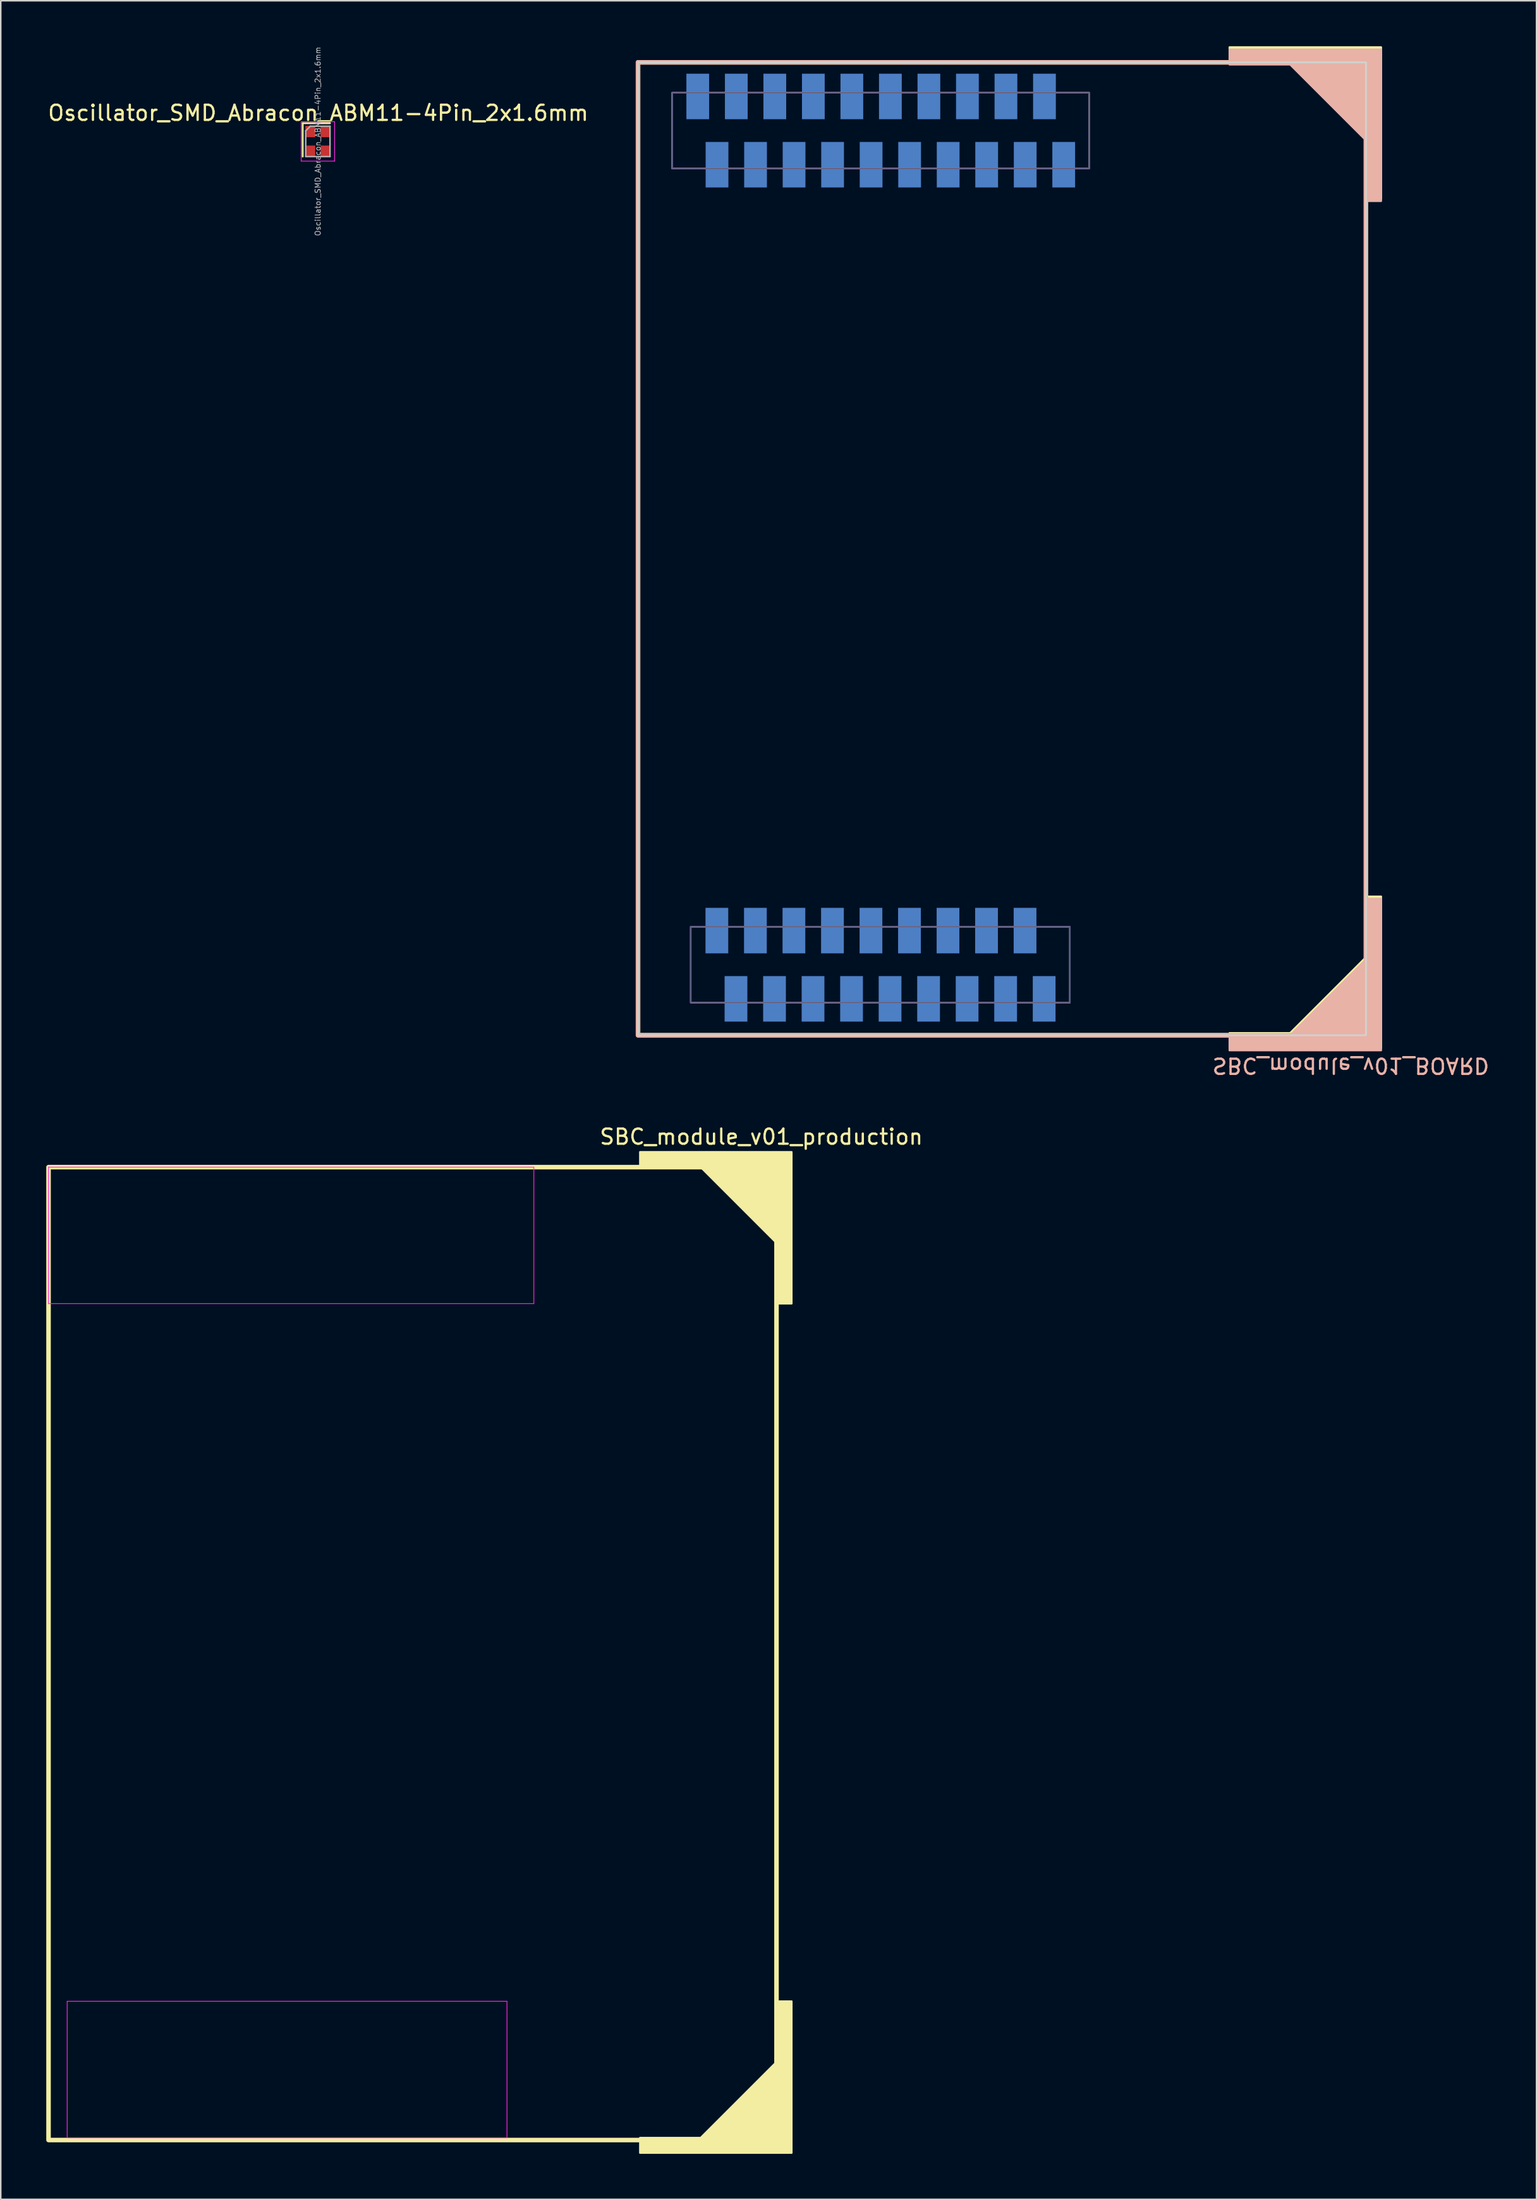
<source format=kicad_pcb>
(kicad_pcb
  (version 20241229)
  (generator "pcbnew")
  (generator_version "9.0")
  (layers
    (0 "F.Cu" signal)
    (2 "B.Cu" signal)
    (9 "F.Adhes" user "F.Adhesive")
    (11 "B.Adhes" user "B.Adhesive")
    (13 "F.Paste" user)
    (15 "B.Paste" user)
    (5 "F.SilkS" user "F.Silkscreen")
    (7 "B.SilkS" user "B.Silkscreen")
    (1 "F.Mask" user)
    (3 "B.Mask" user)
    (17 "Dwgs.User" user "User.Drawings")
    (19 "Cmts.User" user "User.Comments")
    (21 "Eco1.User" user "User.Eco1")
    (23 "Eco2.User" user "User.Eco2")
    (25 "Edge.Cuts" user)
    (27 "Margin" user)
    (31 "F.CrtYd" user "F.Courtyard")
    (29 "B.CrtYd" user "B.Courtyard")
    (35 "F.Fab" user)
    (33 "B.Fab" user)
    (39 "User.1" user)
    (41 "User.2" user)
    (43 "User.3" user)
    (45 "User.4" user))
  (footprint "SBC_module_v01_BOARD"
    (layer "F.Cu")
    (at 63.019 33.06)
    (property "Reference" "SBC_module_v01_BOARD" (at 23 34.15 180) (unlocked yes) (layer "B.SilkS") (effects (font (size 1 1) (thickness 0.15)) (justify mirror)))
    (attr smd)
    (fp_rect (start -24 -18.15) (end -24 -18.15) (stroke (width 0.12) (type solid)) (fill no) (layer "F.SilkS"))
    (fp_rect (start 24 32.15) (end -24 -32) (stroke (width 0.3) (type solid)) (fill no) (layer "F.SilkS"))
    (fp_poly (pts (xy 15 33) (xy 15 32) (xy 19 32) (xy 24 27) (xy 24 23) (xy 25 23) (xy 25 33)) (stroke (width 0.12) (type solid)) (fill yes) (layer "F.SilkS"))
    (fp_poly (pts (xy 25 -23) (xy 24 -23) (xy 24 -27) (xy 19 -32) (xy 15 -32) (xy 15 -33) (xy 25 -33)) (stroke (width 0.12) (type solid)) (fill yes) (layer "F.SilkS"))
    (fp_rect (start -24 18.3) (end -24 18.3) (stroke (width 0.12) (type solid)) (fill no) (layer "B.SilkS"))
    (fp_rect (start -21.75 -25) (end 5.75 -30) (stroke (width 0.1) (type solid)) (fill no) (layer "B.SilkS"))
    (fp_rect (start -20.525 30) (end 4.475 25) (stroke (width 0.1) (type solid)) (fill no) (layer "B.SilkS"))
    (fp_rect (start 24 -32) (end -24 32.15) (stroke (width 0.3) (type solid)) (fill no) (layer "B.SilkS"))
    (fp_poly (pts (xy 15 -32.85) (xy 15 -31.85) (xy 19 -31.85) (xy 24 -26.85) (xy 24 -22.85) (xy 25 -22.85) (xy 25 -32.85)) (stroke (width 0.12) (type solid)) (fill yes) (layer "B.SilkS"))
    (fp_poly (pts (xy 25 23.15) (xy 24 23.15) (xy 24 27.15) (xy 19 32.15) (xy 15 32.15) (xy 15 33.15) (xy 25 33.15)) (stroke (width 0.12) (type solid)) (fill yes) (layer "B.SilkS"))
    (fp_rect (start -24 -32) (end 24 32) (stroke (width 0.12) (type solid)) (fill no) (layer "Eco1.User"))
    (fp_rect (start -24 -32) (end 24 32.15) (stroke (width 0.12) (type solid)) (fill no) (layer "Edge.Cuts"))
    (fp_rect (start -21.745 -25) (end 5.755 -30) (stroke (width 0.1) (type solid)) (fill no) (layer "B.Fab"))
    (fp_rect (start -20.525 30) (end 4.475 25) (stroke (width 0.1) (type solid)) (fill no) (layer "B.Fab"))
    (pad "A1" smd rect (at 2.78 29.75 180) (size 1.5 3) (layers "B.Cu" "B.Mask" "B.Paste"))
    (pad "A2" smd rect (at 1.52 25.25 180) (size 1.5 3) (layers "B.Cu" "B.Mask" "B.Paste"))
    (pad "A3" smd rect (at 0.24 29.75 180) (size 1.5 3) (layers "B.Cu" "B.Mask" "B.Paste"))
    (pad "A4" smd rect (at -1.02 25.25 180) (size 1.5 3) (layers "B.Cu" "B.Mask" "B.Paste"))
    (pad "A5" smd rect (at -2.3 29.75 180) (size 1.5 3) (layers "B.Cu" "B.Mask" "B.Paste"))
    (pad "A6" smd rect (at -3.56 25.25 180) (size 1.5 3) (layers "B.Cu" "B.Mask" "B.Paste"))
    (pad "A7" smd rect (at -4.84 29.75 180) (size 1.5 3) (layers "B.Cu" "B.Mask" "B.Paste"))
    (pad "A8" smd rect (at -6.1 25.25 180) (size 1.5 3) (layers "B.Cu" "B.Mask" "B.Paste"))
    (pad "A9" smd rect (at -7.38 29.75 180) (size 1.5 3) (layers "B.Cu" "B.Mask" "B.Paste"))
    (pad "A10" smd rect (at -8.64 25.25 180) (size 1.5 3) (layers "B.Cu" "B.Mask" "B.Paste"))
    (pad "A11" smd rect (at -9.92 29.75 180) (size 1.5 3) (layers "B.Cu" "B.Mask" "B.Paste"))
    (pad "A12" smd rect (at -11.18 25.25 180) (size 1.5 3) (layers "B.Cu" "B.Mask" "B.Paste"))
    (pad "A13" smd rect (at -12.46 29.75 180) (size 1.5 3) (layers "B.Cu" "B.Mask" "B.Paste"))
    (pad "A14" smd rect (at -13.72 25.25 180) (size 1.5 3) (layers "B.Cu" "B.Mask" "B.Paste"))
    (pad "A15" smd rect (at -15 29.75 180) (size 1.5 3) (layers "B.Cu" "B.Mask" "B.Paste"))
    (pad "A16" smd rect (at -16.26 25.25 180) (size 1.5 3) (layers "B.Cu" "B.Mask" "B.Paste"))
    (pad "A17" smd rect (at -17.54 29.75 180) (size 1.5 3) (layers "B.Cu" "B.Mask" "B.Paste"))
    (pad "A18" smd rect (at -18.8 25.25 180) (size 1.5 3) (layers "B.Cu" "B.Mask" "B.Paste"))
    (pad "B1" smd rect (at 4.07 -25.25 180) (size 1.5 3) (layers "B.Cu" "B.Mask" "B.Paste"))
    (pad "B2" smd rect (at 2.8 -29.75 180) (size 1.5 3) (layers "B.Cu" "B.Mask" "B.Paste"))
    (pad "B3" smd rect (at 1.53 -25.25 180) (size 1.5 3) (layers "B.Cu" "B.Mask" "B.Paste"))
    (pad "B4" smd rect (at 0.26 -29.75 180) (size 1.5 3) (layers "B.Cu" "B.Mask" "B.Paste"))
    (pad "B5" smd rect (at -1.01 -25.25 180) (size 1.5 3) (layers "B.Cu" "B.Mask" "B.Paste"))
    (pad "B6" smd rect (at -2.28 -29.75 180) (size 1.5 3) (layers "B.Cu" "B.Mask" "B.Paste"))
    (pad "B7" smd rect (at -3.55 -25.25 180) (size 1.5 3) (layers "B.Cu" "B.Mask" "B.Paste"))
    (pad "B8" smd rect (at -4.82 -29.75 180) (size 1.5 3) (layers "B.Cu" "B.Mask" "B.Paste"))
    (pad "B9" smd rect (at -6.09 -25.25 180) (size 1.5 3) (layers "B.Cu" "B.Mask" "B.Paste"))
    (pad "B10" smd rect (at -7.36 -29.75 180) (size 1.5 3) (layers "B.Cu" "B.Mask" "B.Paste"))
    (pad "B11" smd rect (at -8.63 -25.25 180) (size 1.5 3) (layers "B.Cu" "B.Mask" "B.Paste"))
    (pad "B12" smd rect (at -9.9 -29.75 180) (size 1.5 3) (layers "B.Cu" "B.Mask" "B.Paste"))
    (pad "B13" smd rect (at -11.17 -25.25 180) (size 1.5 3) (layers "B.Cu" "B.Mask" "B.Paste"))
    (pad "B14" smd rect (at -12.44 -29.75 180) (size 1.5 3) (layers "B.Cu" "B.Mask" "B.Paste"))
    (pad "B15" smd rect (at -13.71 -25.25 180) (size 1.5 3) (layers "B.Cu" "B.Mask" "B.Paste"))
    (pad "B16" smd rect (at -14.98 -29.75 180) (size 1.5 3) (layers "B.Cu" "B.Mask" "B.Paste"))
    (pad "B17" smd rect (at -16.25 -25.25 180) (size 1.5 3) (layers "B.Cu" "B.Mask" "B.Paste"))
    (pad "B18" smd rect (at -17.52 -29.75 180) (size 1.5 3) (layers "B.Cu" "B.Mask" "B.Paste"))
    (pad "B19" smd rect (at -18.79 -25.25 180) (size 1.5 3) (layers "B.Cu" "B.Mask" "B.Paste"))
    (pad "B20" smd rect (at -20.06 -29.75 180) (size 1.5 3) (layers "B.Cu" "B.Mask" "B.Paste")))
  (footprint "SBC_module_v01_production"
    (layer "F.Cu")
    (at 24.15 105.906)
    (property "Reference" "SBC_module_v01_production" (at 23 -34 0) (unlocked yes) (layer "F.SilkS") (effects (font (size 1 1) (thickness 0.15))))
    (attr smd)
    (fp_rect (start -24 -18.15) (end -24 -18.15) (stroke (width 0.12) (type solid)) (fill no) (layer "F.SilkS"))
    (fp_rect (start 24 32.15) (end -24 -32) (stroke (width 0.3) (type solid)) (fill no) (layer "F.SilkS"))
    (fp_poly (pts (xy 15 33) (xy 15 32) (xy 19 32) (xy 24 27) (xy 24 23) (xy 25 23) (xy 25 33)) (stroke (width 0.12) (type solid)) (fill yes) (layer "F.SilkS"))
    (fp_poly (pts (xy 25 -23) (xy 24 -23) (xy 24 -27) (xy 19 -32) (xy 15 -32) (xy 15 -33) (xy 25 -33)) (stroke (width 0.12) (type solid)) (fill yes) (layer "F.SilkS"))
    (fp_rect (start -24 -32) (end 24 32) (stroke (width 0.12) (type solid)) (fill no) (layer "Eco1.User"))
    (fp_line (start -24 -32) (end -24 -23) (stroke (width 0.05) (type solid)) (layer "F.CrtYd"))
    (fp_line (start -24 -23) (end 8 -23) (stroke (width 0.05) (type solid)) (layer "F.CrtYd"))
    (fp_line (start -22.77 23) (end -22.77 32) (stroke (width 0.05) (type solid)) (layer "F.CrtYd"))
    (fp_line (start -22.77 32) (end 6.23 32) (stroke (width 0.05) (type solid)) (layer "F.CrtYd"))
    (fp_line (start 6.23 23) (end -22.77 23) (stroke (width 0.05) (type solid)) (layer "F.CrtYd"))
    (fp_line (start 6.23 32) (end 6.23 23) (stroke (width 0.05) (type solid)) (layer "F.CrtYd"))
    (fp_line (start 8 -32) (end -24 -32) (stroke (width 0.05) (type solid)) (layer "F.CrtYd"))
    (fp_line (start 8 -23) (end 8 -32) (stroke (width 0.05) (type solid)) (layer "F.CrtYd")))
  (footprint "Oscillator_SMD_Abracon_ABM11-4Pin_2x1.6mm"
    (layer "F.Cu")
    (at 17.91 6.273)
    (property "Reference" "Oscillator_SMD_Abracon_ABM11-4Pin_2x1.6mm" (at 0.025 -1.875 0) (layer "F.SilkS") (effects (font (size 1 1) (thickness 0.15))))
    (attr smd)
    (fp_line (start -1 -1.2) (end -1 1) (stroke (width 0.12) (type solid)) (layer "F.SilkS"))
    (fp_line (start 0.8 -1.2) (end -1 -1.2) (stroke (width 0.12) (type solid)) (layer "F.SilkS"))
    (fp_line (start -1.1 -1.3) (end -1.1 1.3) (stroke (width 0.05) (type solid)) (layer "F.CrtYd"))
    (fp_line (start -1.1 1.3) (end 1.1 1.3) (stroke (width 0.05) (type solid)) (layer "F.CrtYd"))
    (fp_line (start 1.1 -1.3) (end -1.1 -1.3) (stroke (width 0.05) (type solid)) (layer "F.CrtYd"))
    (fp_line (start 1.1 1.3) (end 1.1 -1.3) (stroke (width 0.05) (type solid)) (layer "F.CrtYd"))
    (fp_line (start -0.8 -0.7) (end -0.5 -1) (stroke (width 0.1) (type solid)) (layer "F.Fab"))
    (fp_line (start -0.8 1) (end -0.8 -0.7) (stroke (width 0.1) (type solid)) (layer "F.Fab"))
    (fp_line (start -0.5 -1) (end 0.8 -1) (stroke (width 0.1) (type solid)) (layer "F.Fab"))
    (fp_line (start 0.8 -1) (end 0.8 1) (stroke (width 0.1) (type solid)) (layer "F.Fab"))
    (fp_line (start 0.8 1) (end -0.8 1) (stroke (width 0.1) (type solid)) (layer "F.Fab"))
    (fp_text user "GND" (at 0.43 -0.55 90) (layer "Eco2.User") (effects (font (size 0.5 0.2) (thickness 0.025))))
    (fp_text user "OSC2" (at 0.41 0.51 90) (layer "Eco2.User") (effects (font (size 0.5 0.2) (thickness 0.025))))
    (fp_text user "OSC1" (at -0.38 -0.58 90) (layer "Eco2.User") (effects (font (size 0.5 0.2) (thickness 0.025))))
    (fp_text user "GND" (at -0.38 0.54 90) (layer "Eco2.User") (effects (font (size 0.5 0.2) (thickness 0.025))))
    (fp_text user "${REFERENCE}" (at 0 0 270) (layer "F.Fab") (effects (font (size 0.35 0.35) (thickness 0.05))))
    (pad "1" smd rect (at -0.5 -0.65) (size 0.65 0.75) (layers "F.Cu" "F.Mask" "F.Paste"))
    (pad "2" smd rect (at -0.5 0.65) (size 0.65 0.75) (layers "F.Cu" "F.Mask" "F.Paste"))
    (pad "3" smd rect (at 0.5 0.65) (size 0.65 0.75) (layers "F.Cu" "F.Mask" "F.Paste"))
    (pad "4" smd rect (at 0.5 -0.65) (size 0.65 0.75) (layers "F.Cu" "F.Mask" "F.Paste")))
  (gr_rect
    (start -3 -3)
    (end 98.263 141.966)
    (stroke (width 0.1) (type default))
    (fill no)
    (layer "Edge.Cuts")))
</source>
